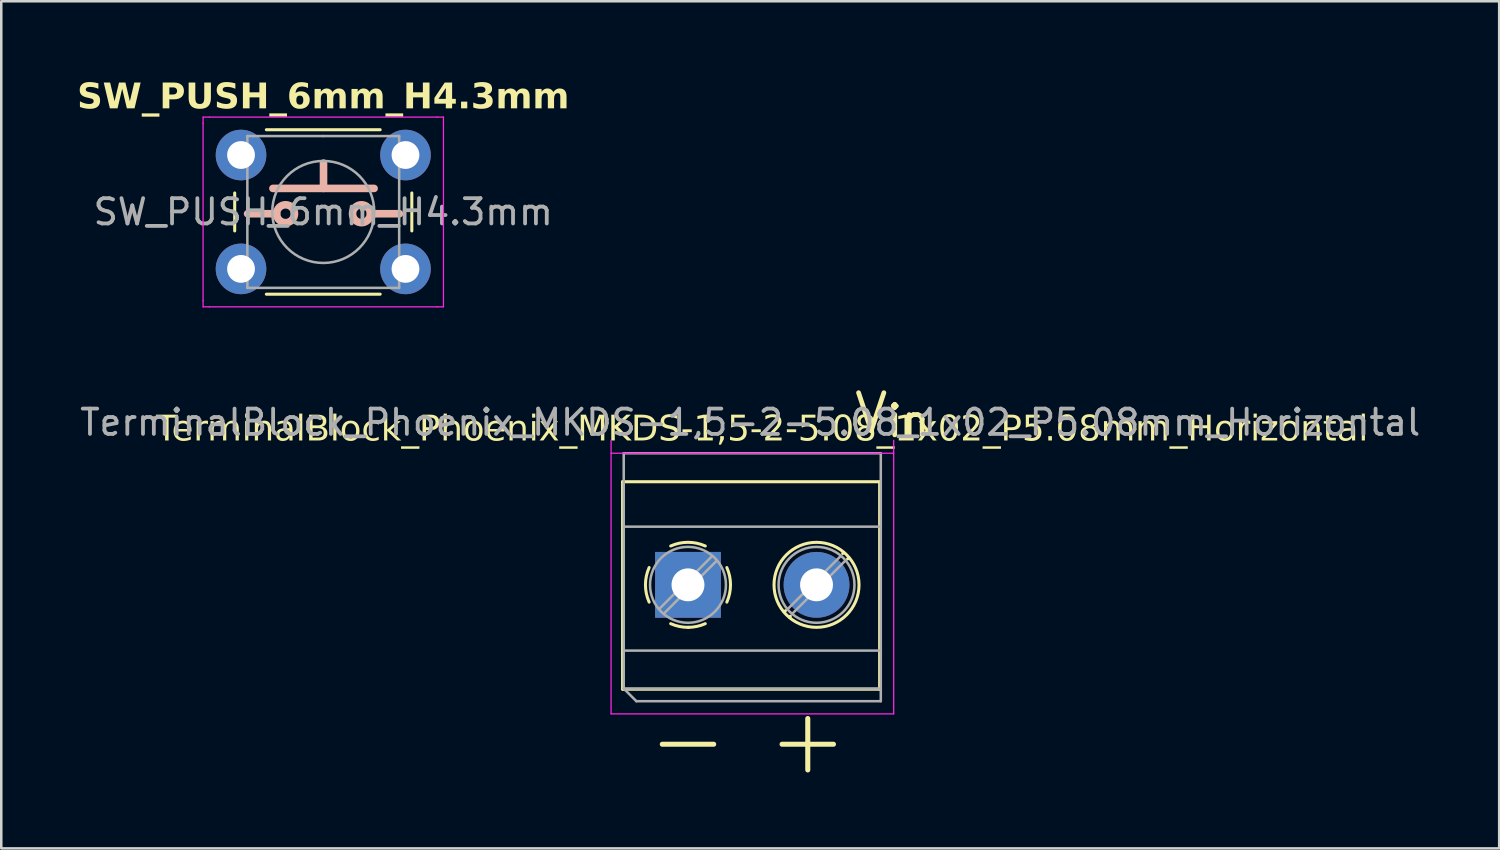
<source format=kicad_pcb>
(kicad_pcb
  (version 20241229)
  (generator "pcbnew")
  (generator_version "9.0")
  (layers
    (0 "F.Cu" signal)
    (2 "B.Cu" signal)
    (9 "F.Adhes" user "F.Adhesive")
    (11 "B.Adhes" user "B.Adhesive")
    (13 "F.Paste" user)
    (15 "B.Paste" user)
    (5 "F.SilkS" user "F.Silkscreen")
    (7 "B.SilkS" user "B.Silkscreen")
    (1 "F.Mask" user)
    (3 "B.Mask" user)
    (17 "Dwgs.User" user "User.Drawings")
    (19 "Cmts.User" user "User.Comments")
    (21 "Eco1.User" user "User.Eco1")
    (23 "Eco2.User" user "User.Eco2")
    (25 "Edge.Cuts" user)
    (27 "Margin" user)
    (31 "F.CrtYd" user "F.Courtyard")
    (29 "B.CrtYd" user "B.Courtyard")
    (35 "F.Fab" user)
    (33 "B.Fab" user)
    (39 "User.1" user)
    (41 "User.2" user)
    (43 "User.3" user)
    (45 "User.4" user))
  (footprint "TerminalBlock_Phoenix_MKDS-1,5-2-5.08_1x02_P5.08mm_Horizontal"
    (layer "F.Cu")
    (at 24.141 20.064)
    (property "Reference" "TerminalBlock_Phoenix_MKDS-1,5-2-5.08_1x02_P5.08mm_Horizontal" (at 2.93 -6.12 0) (layer "F.SilkS") (effects (font (face "Open Sans") (size 1 1) (thickness 0.15))))
    (attr through_hole)
    (fp_line (start -2.585 -4.075) (end -2.585 4.125) (stroke (width 0.12) (type solid)) (layer "F.SilkS"))
    (fp_line (start -2.585 -4.075) (end 7.575 -4.075) (stroke (width 0.12) (type solid)) (layer "F.SilkS"))
    (fp_line (start -2.585 4.125) (end 7.575 4.125) (stroke (width 0.12) (type solid)) (layer "F.SilkS"))
    (fp_line (start -1.016 6.3) (end 1.016 6.3) (stroke (width 0.2) (type default)) (layer "F.SilkS"))
    (fp_line (start 3.718 6.3) (end 5.75 6.3) (stroke (width 0.2) (type default)) (layer "F.SilkS"))
    (fp_line (start 3.853 1.023) (end 3.806 1.069) (stroke (width 0.12) (type solid)) (layer "F.SilkS"))
    (fp_line (start 4.046 1.239) (end 4.011 1.274) (stroke (width 0.12) (type solid)) (layer "F.SilkS"))
    (fp_line (start 4.734 5.284) (end 4.734 7.316) (stroke (width 0.2) (type default)) (layer "F.SilkS"))
    (fp_line (start 6.15 -1.275) (end 6.115 -1.239) (stroke (width 0.12) (type solid)) (layer "F.SilkS"))
    (fp_line (start 6.355 -1.069) (end 6.308 -1.023) (stroke (width 0.12) (type solid)) (layer "F.SilkS"))
    (fp_line (start 7.575 -4.075) (end 7.575 4.125) (stroke (width 0.12) (type solid)) (layer "F.SilkS"))
    (fp_arc (start -1.535427 0.683042) (mid -1.680501 -0.000524) (end -1.535 -0.684) (stroke (width 0.12) (type solid)) (layer "F.SilkS"))
    (fp_arc (start -0.683042 -1.535427) (mid 0.000524 -1.680501) (end 0.684 -1.535) (stroke (width 0.12) (type solid)) (layer "F.SilkS"))
    (fp_arc (start 0.028805 1.680253) (mid -0.335551 1.646659) (end -0.684 1.535) (stroke (width 0.12) (type solid)) (layer "F.SilkS"))
    (fp_arc (start 0.683318 1.534756) (mid 0.349292 1.643288) (end 0 1.68) (stroke (width 0.12) (type solid)) (layer "F.SilkS"))
    (fp_arc (start 1.535427 -0.683042) (mid 1.680501 0.000524) (end 1.535 0.684) (stroke (width 0.12) (type solid)) (layer "F.SilkS"))
    (fp_circle (center 5.08 0) (end 6.76 0) (stroke (width 0.12) (type solid)) (fill no) (layer "F.SilkS"))
    (fp_line (start -3.04 -5.71) (end -3.04 5.1) (stroke (width 0.05) (type solid)) (layer "F.CrtYd"))
    (fp_line (start -3.04 5.1) (end 8.13 5.1) (stroke (width 0.05) (type solid)) (layer "F.CrtYd"))
    (fp_line (start 8.13 -5.202) (end -3.04 -5.202) (stroke (width 0.05) (type solid)) (layer "F.CrtYd"))
    (fp_line (start 8.13 5.1) (end 8.13 -5.71) (stroke (width 0.05) (type solid)) (layer "F.CrtYd"))
    (fp_line (start -2.54 -5.2) (end 7.62 -5.2) (stroke (width 0.1) (type solid)) (layer "F.Fab"))
    (fp_line (start -2.54 -2.3) (end 7.62 -2.3) (stroke (width 0.1) (type solid)) (layer "F.Fab"))
    (fp_line (start -2.54 2.6) (end 7.62 2.6) (stroke (width 0.1) (type solid)) (layer "F.Fab"))
    (fp_line (start -2.54 4.1) (end -2.54 -5.2) (stroke (width 0.1) (type solid)) (layer "F.Fab"))
    (fp_line (start -2.54 4.1) (end 7.62 4.1) (stroke (width 0.1) (type solid)) (layer "F.Fab"))
    (fp_line (start -2.04 4.6) (end -2.54 4.1) (stroke (width 0.1) (type solid)) (layer "F.Fab"))
    (fp_line (start 0.955 -1.138) (end -1.138 0.955) (stroke (width 0.1) (type solid)) (layer "F.Fab"))
    (fp_line (start 1.138 -0.955) (end -0.955 1.138) (stroke (width 0.1) (type solid)) (layer "F.Fab"))
    (fp_line (start 6.035 -1.138) (end 3.943 0.955) (stroke (width 0.1) (type solid)) (layer "F.Fab"))
    (fp_line (start 6.218 -0.955) (end 4.126 1.138) (stroke (width 0.1) (type solid)) (layer "F.Fab"))
    (fp_line (start 7.62 -5.2) (end 7.62 4.6) (stroke (width 0.1) (type solid)) (layer "F.Fab"))
    (fp_line (start 7.62 4.6) (end -2.04 4.6) (stroke (width 0.1) (type solid)) (layer "F.Fab"))
    (fp_circle (center 0 0) (end 1.5 0) (stroke (width 0.1) (type solid)) (fill no) (layer "F.Fab"))
    (fp_circle (center 5.08 0) (end 6.58 0) (stroke (width 0.1) (type solid)) (fill no) (layer "F.Fab"))
    (fp_text user "V_{in}\n" (at 6.475 -5.9 0) (unlocked yes) (layer "F.SilkS") (effects (font (size 1.5 1.5) (thickness 0.188)) (justify left bottom)))
    (fp_text user "${REFERENCE}" (at 2.46 -6.42 0) (layer "F.Fab") (effects (font (size 1 1) (thickness 0.15))))
    (pad "1" thru_hole rect (at 0 0) (size 2.6 2.6) (drill 1.3) (layers "*.Cu" "*.Mask"))
    (pad "2" thru_hole circle (at 5.08 0) (size 2.6 2.6) (drill 1.3) (layers "*.Cu" "*.Mask")))
  (footprint "SW_PUSH_6mm_H4.3mm"
    (layer "F.Cu")
    (at 9.746 5.417)
    (property "Reference" "SW_PUSH_6mm_H4.3mm" (at -0.02 -4.6 0) (layer "F.SilkS") (effects (font (face "Open Sans") (size 1 1) (thickness 0.15) (bold yes))))
    (attr through_hole)
    (fp_line (start -3.52 -0.84) (end -3.52 0.66) (stroke (width 0.12) (type solid)) (layer "F.SilkS"))
    (fp_line (start -2.27 3.16) (end 2.23 3.16) (stroke (width 0.12) (type solid)) (layer "F.SilkS"))
    (fp_line (start 2.23 -3.34) (end -2.27 -3.34) (stroke (width 0.12) (type solid)) (layer "F.SilkS"))
    (fp_line (start 3.48 0.66) (end 3.48 -0.84) (stroke (width 0.12) (type solid)) (layer "F.SilkS"))
    (fp_line (start -2.01 -1.02) (end 1.99 -1.02) (stroke (width 0.3) (type default)) (layer "B.SilkS"))
    (fp_line (start -1.864 -0.02) (end -3.01 -0.02) (stroke (width 0.3) (type default)) (layer "B.SilkS"))
    (fp_line (start -0.01 -2.02) (end -0.01 -1.02) (stroke (width 0.3) (type default)) (layer "B.SilkS"))
    (fp_line (start 1.844 -0.02) (end 2.99 -0.02) (stroke (width 0.3) (type default)) (layer "B.SilkS"))
    (fp_circle (center -1.51 -0.02) (end -1.26 0.23) (stroke (width 0.3) (type default)) (fill no) (layer "B.SilkS"))
    (fp_circle (center 1.49 -0.02) (end 1.24 0.23) (stroke (width 0.3) (type default)) (fill no) (layer "B.SilkS"))
    (fp_line (start -4.77 -3.84) (end -4.52 -3.84) (stroke (width 0.05) (type solid)) (layer "F.CrtYd"))
    (fp_line (start -4.77 -3.59) (end -4.77 -3.84) (stroke (width 0.05) (type solid)) (layer "F.CrtYd"))
    (fp_line (start -4.77 3.41) (end -4.77 -3.59) (stroke (width 0.05) (type solid)) (layer "F.CrtYd"))
    (fp_line (start -4.77 3.41) (end -4.77 3.66) (stroke (width 0.05) (type solid)) (layer "F.CrtYd"))
    (fp_line (start -4.77 3.66) (end -4.52 3.66) (stroke (width 0.05) (type solid)) (layer "F.CrtYd"))
    (fp_line (start -4.52 -3.84) (end 4.48 -3.84) (stroke (width 0.05) (type solid)) (layer "F.CrtYd"))
    (fp_line (start 4.48 -3.84) (end 4.73 -3.84) (stroke (width 0.05) (type solid)) (layer "F.CrtYd"))
    (fp_line (start 4.48 3.66) (end -4.52 3.66) (stroke (width 0.05) (type solid)) (layer "F.CrtYd"))
    (fp_line (start 4.48 3.66) (end 4.73 3.66) (stroke (width 0.05) (type solid)) (layer "F.CrtYd"))
    (fp_line (start 4.73 -3.84) (end 4.73 -3.59) (stroke (width 0.05) (type solid)) (layer "F.CrtYd"))
    (fp_line (start 4.73 -3.59) (end 4.73 3.41) (stroke (width 0.05) (type solid)) (layer "F.CrtYd"))
    (fp_line (start 4.73 3.66) (end 4.73 3.41) (stroke (width 0.05) (type solid)) (layer "F.CrtYd"))
    (fp_line (start -3.02 -3.09) (end -0.02 -3.09) (stroke (width 0.1) (type solid)) (layer "F.Fab"))
    (fp_line (start -3.02 2.91) (end -3.02 -3.09) (stroke (width 0.1) (type solid)) (layer "F.Fab"))
    (fp_line (start -0.02 -3.09) (end 2.98 -3.09) (stroke (width 0.1) (type solid)) (layer "F.Fab"))
    (fp_line (start 2.98 -3.09) (end 2.98 2.91) (stroke (width 0.1) (type solid)) (layer "F.Fab"))
    (fp_line (start 2.98 2.91) (end -3.02 2.91) (stroke (width 0.1) (type solid)) (layer "F.Fab"))
    (fp_circle (center -0.02 -0.09) (end -2.02 0.16) (stroke (width 0.1) (type solid)) (fill no) (layer "F.Fab"))
    (fp_text user "${REFERENCE}" (at -0.02 -0.09 0) (layer "F.Fab") (effects (font (size 1 1) (thickness 0.15))))
    (pad "1" thru_hole circle (at -3.27 -2.34 90) (size 2 2) (drill 1.1) (layers "*.Cu" "*.Mask"))
    (pad "1" thru_hole circle (at 3.23 -2.34 90) (size 2 2) (drill 1.1) (layers "*.Cu" "*.Mask"))
    (pad "2" thru_hole circle (at -3.27 2.16 90) (size 2 2) (drill 1.1) (layers "*.Cu" "*.Mask"))
    (pad "2" thru_hole circle (at 3.23 2.16 90) (size 2 2) (drill 1.1) (layers "*.Cu" "*.Mask")))
  (gr_rect
    (start -3 -3)
    (end 56.202 30.48)
    (stroke (width 0.1) (type default))
    (fill no)
    (layer "Edge.Cuts")))
</source>
